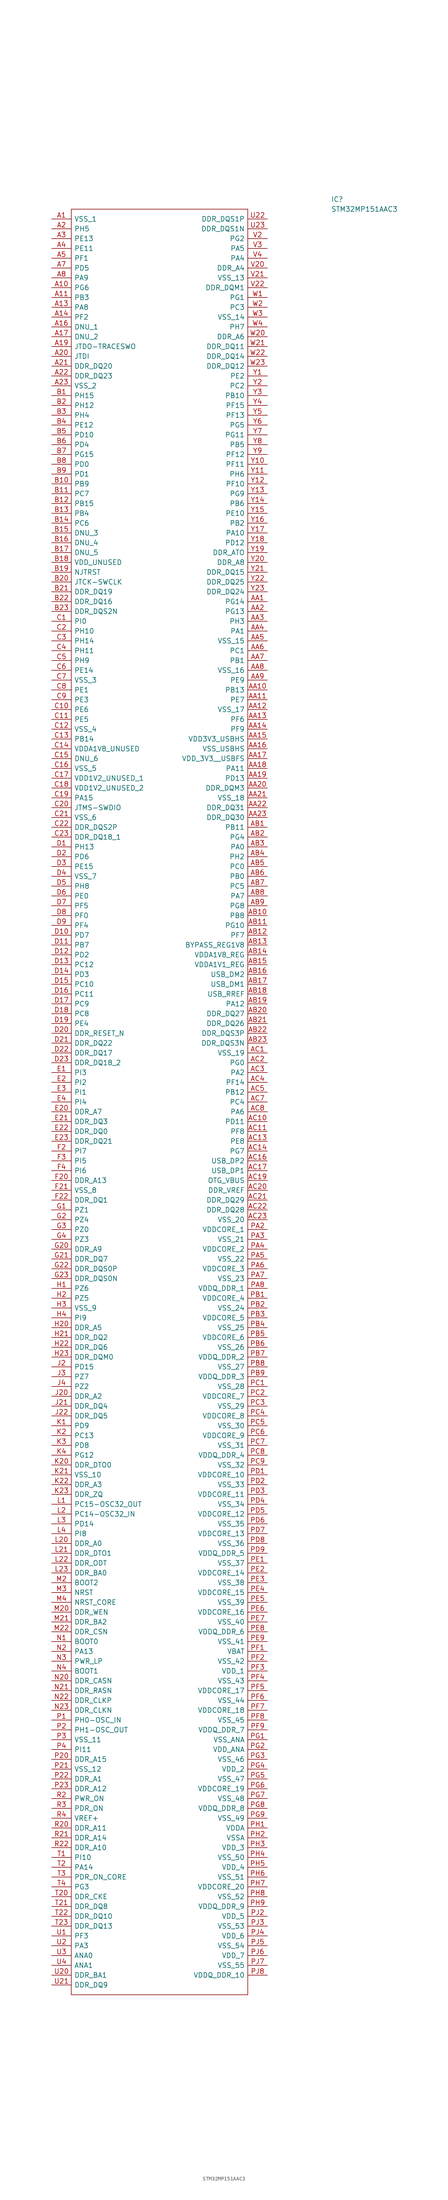
<source format=kicad_sym>
(kicad_symbol_lib
  (version 20211014)
  (generator kicad_symbol_editor)
  (symbol "STM32MP151AAC3"
    (pin_names
      (offset 0.762))
    (property "Reference" "IC"
      (at 72.39 5.08 0)
      (effects (font (size 1.27 1.27)) (justify left)))
    (property "Value" "STM32MP151AAC3"
      (at 72.39 2.54 0)
      (effects (font (size 1.27 1.27)) (justify left)))
    (symbol "STM32MP151AAC3_0_0"
      (pin passive line (at 0 0 0) (length 5.08) (name "VSS_1" (effects (font (size 1.27 1.27)))) (number "A1" (effects (font (size 1.27 1.27)))))
      (pin passive line (at 0 -17.78 0) (length 5.08) (name "PG6" (effects (font (size 1.27 1.27)))) (number "A10" (effects (font (size 1.27 1.27)))))
      (pin passive line (at 0 -20.32 0) (length 5.08) (name "PB3" (effects (font (size 1.27 1.27)))) (number "A11" (effects (font (size 1.27 1.27)))))
      (pin passive line (at 0 -22.86 0) (length 5.08) (name "PA8" (effects (font (size 1.27 1.27)))) (number "A13" (effects (font (size 1.27 1.27)))))
      (pin passive line (at 0 -25.4 0) (length 5.08) (name "PF2" (effects (font (size 1.27 1.27)))) (number "A14" (effects (font (size 1.27 1.27)))))
      (pin passive line (at 0 -27.94 0) (length 5.08) (name "DNU_1" (effects (font (size 1.27 1.27)))) (number "A16" (effects (font (size 1.27 1.27)))))
      (pin passive line (at 0 -30.48 0) (length 5.08) (name "DNU_2" (effects (font (size 1.27 1.27)))) (number "A17" (effects (font (size 1.27 1.27)))))
      (pin passive line (at 0 -33.02 0) (length 5.08) (name "JTDO-TRACESWO" (effects (font (size 1.27 1.27)))) (number "A19" (effects (font (size 1.27 1.27)))))
      (pin passive line (at 0 -2.54 0) (length 5.08) (name "PH5" (effects (font (size 1.27 1.27)))) (number "A2" (effects (font (size 1.27 1.27)))))
      (pin passive line (at 0 -35.56 0) (length 5.08) (name "JTDI" (effects (font (size 1.27 1.27)))) (number "A20" (effects (font (size 1.27 1.27)))))
      (pin passive line (at 0 -38.1 0) (length 5.08) (name "DDR_DQ20" (effects (font (size 1.27 1.27)))) (number "A21" (effects (font (size 1.27 1.27)))))
      (pin passive line (at 0 -40.64 0) (length 5.08) (name "DDR_DQ23" (effects (font (size 1.27 1.27)))) (number "A22" (effects (font (size 1.27 1.27)))))
      (pin passive line (at 0 -43.18 0) (length 5.08) (name "VSS_2" (effects (font (size 1.27 1.27)))) (number "A23" (effects (font (size 1.27 1.27)))))
      (pin passive line (at 0 -5.08 0) (length 5.08) (name "PE13" (effects (font (size 1.27 1.27)))) (number "A3" (effects (font (size 1.27 1.27)))))
      (pin passive line (at 0 -7.62 0) (length 5.08) (name "PE11" (effects (font (size 1.27 1.27)))) (number "A4" (effects (font (size 1.27 1.27)))))
      (pin passive line (at 0 -10.16 0) (length 5.08) (name "PF1" (effects (font (size 1.27 1.27)))) (number "A5" (effects (font (size 1.27 1.27)))))
      (pin passive line (at 0 -12.7 0) (length 5.08) (name "PD5" (effects (font (size 1.27 1.27)))) (number "A7" (effects (font (size 1.27 1.27)))))
      (pin passive line (at 0 -15.24 0) (length 5.08) (name "PA9" (effects (font (size 1.27 1.27)))) (number "A8" (effects (font (size 1.27 1.27)))))
      (pin passive line (at 55.88 -99.06 180) (length 5.08) (name "PG14" (effects (font (size 1.27 1.27)))) (number "AA1" (effects (font (size 1.27 1.27)))))
      (pin passive line (at 55.88 -121.92 180) (length 5.08) (name "PB13" (effects (font (size 1.27 1.27)))) (number "AA10" (effects (font (size 1.27 1.27)))))
      (pin passive line (at 55.88 -124.46 180) (length 5.08) (name "PE7" (effects (font (size 1.27 1.27)))) (number "AA11" (effects (font (size 1.27 1.27)))))
      (pin passive line (at 55.88 -127 180) (length 5.08) (name "VSS_17" (effects (font (size 1.27 1.27)))) (number "AA12" (effects (font (size 1.27 1.27)))))
      (pin passive line (at 55.88 -129.54 180) (length 5.08) (name "PF6" (effects (font (size 1.27 1.27)))) (number "AA13" (effects (font (size 1.27 1.27)))))
      (pin passive line (at 55.88 -132.08 180) (length 5.08) (name "PF9" (effects (font (size 1.27 1.27)))) (number "AA14" (effects (font (size 1.27 1.27)))))
      (pin passive line (at 55.88 -134.62 180) (length 5.08) (name "VDD3V3_USBHS" (effects (font (size 1.27 1.27)))) (number "AA15" (effects (font (size 1.27 1.27)))))
      (pin passive line (at 55.88 -137.16 180) (length 5.08) (name "VSS_USBHS" (effects (font (size 1.27 1.27)))) (number "AA16" (effects (font (size 1.27 1.27)))))
      (pin passive line (at 55.88 -139.7 180) (length 5.08) (name "VDD_3V3__USBFS" (effects (font (size 1.27 1.27)))) (number "AA17" (effects (font (size 1.27 1.27)))))
      (pin passive line (at 55.88 -142.24 180) (length 5.08) (name "PA11" (effects (font (size 1.27 1.27)))) (number "AA18" (effects (font (size 1.27 1.27)))))
      (pin passive line (at 55.88 -144.78 180) (length 5.08) (name "PD13" (effects (font (size 1.27 1.27)))) (number "AA19" (effects (font (size 1.27 1.27)))))
      (pin passive line (at 55.88 -101.6 180) (length 5.08) (name "PG13" (effects (font (size 1.27 1.27)))) (number "AA2" (effects (font (size 1.27 1.27)))))
      (pin passive line (at 55.88 -147.32 180) (length 5.08) (name "DDR_DQM3" (effects (font (size 1.27 1.27)))) (number "AA20" (effects (font (size 1.27 1.27)))))
      (pin passive line (at 55.88 -149.86 180) (length 5.08) (name "VSS_18" (effects (font (size 1.27 1.27)))) (number "AA21" (effects (font (size 1.27 1.27)))))
      (pin passive line (at 55.88 -152.4 180) (length 5.08) (name "DDR_DQ31" (effects (font (size 1.27 1.27)))) (number "AA22" (effects (font (size 1.27 1.27)))))
      (pin passive line (at 55.88 -154.94 180) (length 5.08) (name "DDR_DQ30" (effects (font (size 1.27 1.27)))) (number "AA23" (effects (font (size 1.27 1.27)))))
      (pin passive line (at 55.88 -104.14 180) (length 5.08) (name "PH3" (effects (font (size 1.27 1.27)))) (number "AA3" (effects (font (size 1.27 1.27)))))
      (pin passive line (at 55.88 -106.68 180) (length 5.08) (name "PA1" (effects (font (size 1.27 1.27)))) (number "AA4" (effects (font (size 1.27 1.27)))))
      (pin passive line (at 55.88 -109.22 180) (length 5.08) (name "VSS_15" (effects (font (size 1.27 1.27)))) (number "AA5" (effects (font (size 1.27 1.27)))))
      (pin passive line (at 55.88 -111.76 180) (length 5.08) (name "PC1" (effects (font (size 1.27 1.27)))) (number "AA6" (effects (font (size 1.27 1.27)))))
      (pin passive line (at 55.88 -114.3 180) (length 5.08) (name "PB1" (effects (font (size 1.27 1.27)))) (number "AA7" (effects (font (size 1.27 1.27)))))
      (pin passive line (at 55.88 -116.84 180) (length 5.08) (name "VSS_16" (effects (font (size 1.27 1.27)))) (number "AA8" (effects (font (size 1.27 1.27)))))
      (pin passive line (at 55.88 -119.38 180) (length 5.08) (name "PE9" (effects (font (size 1.27 1.27)))) (number "AA9" (effects (font (size 1.27 1.27)))))
      (pin passive line (at 55.88 -157.48 180) (length 5.08) (name "PB11" (effects (font (size 1.27 1.27)))) (number "AB1" (effects (font (size 1.27 1.27)))))
      (pin passive line (at 55.88 -180.34 180) (length 5.08) (name "PB8" (effects (font (size 1.27 1.27)))) (number "AB10" (effects (font (size 1.27 1.27)))))
      (pin passive line (at 55.88 -182.88 180) (length 5.08) (name "PG10" (effects (font (size 1.27 1.27)))) (number "AB11" (effects (font (size 1.27 1.27)))))
      (pin passive line (at 55.88 -185.42 180) (length 5.08) (name "PF7" (effects (font (size 1.27 1.27)))) (number "AB12" (effects (font (size 1.27 1.27)))))
      (pin passive line (at 55.88 -187.96 180) (length 5.08) (name "BYPASS_REG1V8" (effects (font (size 1.27 1.27)))) (number "AB13" (effects (font (size 1.27 1.27)))))
      (pin passive line (at 55.88 -190.5 180) (length 5.08) (name "VDDA1V8_REG" (effects (font (size 1.27 1.27)))) (number "AB14" (effects (font (size 1.27 1.27)))))
      (pin passive line (at 55.88 -193.04 180) (length 5.08) (name "VDDA1V1_REG" (effects (font (size 1.27 1.27)))) (number "AB15" (effects (font (size 1.27 1.27)))))
      (pin passive line (at 55.88 -195.58 180) (length 5.08) (name "USB_DM2" (effects (font (size 1.27 1.27)))) (number "AB16" (effects (font (size 1.27 1.27)))))
      (pin passive line (at 55.88 -198.12 180) (length 5.08) (name "USB_DM1" (effects (font (size 1.27 1.27)))) (number "AB17" (effects (font (size 1.27 1.27)))))
      (pin passive line (at 55.88 -200.66 180) (length 5.08) (name "USB_RREF" (effects (font (size 1.27 1.27)))) (number "AB18" (effects (font (size 1.27 1.27)))))
      (pin passive line (at 55.88 -203.2 180) (length 5.08) (name "PA12" (effects (font (size 1.27 1.27)))) (number "AB19" (effects (font (size 1.27 1.27)))))
      (pin passive line (at 55.88 -160.02 180) (length 5.08) (name "PG4" (effects (font (size 1.27 1.27)))) (number "AB2" (effects (font (size 1.27 1.27)))))
      (pin passive line (at 55.88 -205.74 180) (length 5.08) (name "DDR_DQ27" (effects (font (size 1.27 1.27)))) (number "AB20" (effects (font (size 1.27 1.27)))))
      (pin passive line (at 55.88 -208.28 180) (length 5.08) (name "DDR_DQ26" (effects (font (size 1.27 1.27)))) (number "AB21" (effects (font (size 1.27 1.27)))))
      (pin passive line (at 55.88 -210.82 180) (length 5.08) (name "DDR_DQS3P" (effects (font (size 1.27 1.27)))) (number "AB22" (effects (font (size 1.27 1.27)))))
      (pin passive line (at 55.88 -213.36 180) (length 5.08) (name "DDR_DQS3N" (effects (font (size 1.27 1.27)))) (number "AB23" (effects (font (size 1.27 1.27)))))
      (pin passive line (at 55.88 -162.56 180) (length 5.08) (name "PA0" (effects (font (size 1.27 1.27)))) (number "AB3" (effects (font (size 1.27 1.27)))))
      (pin passive line (at 55.88 -165.1 180) (length 5.08) (name "PH2" (effects (font (size 1.27 1.27)))) (number "AB4" (effects (font (size 1.27 1.27)))))
      (pin passive line (at 55.88 -167.64 180) (length 5.08) (name "PC0" (effects (font (size 1.27 1.27)))) (number "AB5" (effects (font (size 1.27 1.27)))))
      (pin passive line (at 55.88 -170.18 180) (length 5.08) (name "PB0" (effects (font (size 1.27 1.27)))) (number "AB6" (effects (font (size 1.27 1.27)))))
      (pin passive line (at 55.88 -172.72 180) (length 5.08) (name "PC5" (effects (font (size 1.27 1.27)))) (number "AB7" (effects (font (size 1.27 1.27)))))
      (pin passive line (at 55.88 -175.26 180) (length 5.08) (name "PA7" (effects (font (size 1.27 1.27)))) (number "AB8" (effects (font (size 1.27 1.27)))))
      (pin passive line (at 55.88 -177.8 180) (length 5.08) (name "PG8" (effects (font (size 1.27 1.27)))) (number "AB9" (effects (font (size 1.27 1.27)))))
      (pin passive line (at 55.88 -215.9 180) (length 5.08) (name "VSS_19" (effects (font (size 1.27 1.27)))) (number "AC1" (effects (font (size 1.27 1.27)))))
      (pin passive line (at 55.88 -233.68 180) (length 5.08) (name "PD11" (effects (font (size 1.27 1.27)))) (number "AC10" (effects (font (size 1.27 1.27)))))
      (pin passive line (at 55.88 -236.22 180) (length 5.08) (name "PF8" (effects (font (size 1.27 1.27)))) (number "AC11" (effects (font (size 1.27 1.27)))))
      (pin passive line (at 55.88 -238.76 180) (length 5.08) (name "PE8" (effects (font (size 1.27 1.27)))) (number "AC13" (effects (font (size 1.27 1.27)))))
      (pin passive line (at 55.88 -241.3 180) (length 5.08) (name "PG7" (effects (font (size 1.27 1.27)))) (number "AC14" (effects (font (size 1.27 1.27)))))
      (pin passive line (at 55.88 -243.84 180) (length 5.08) (name "USB_DP2" (effects (font (size 1.27 1.27)))) (number "AC16" (effects (font (size 1.27 1.27)))))
      (pin passive line (at 55.88 -246.38 180) (length 5.08) (name "USB_DP1" (effects (font (size 1.27 1.27)))) (number "AC17" (effects (font (size 1.27 1.27)))))
      (pin passive line (at 55.88 -248.92 180) (length 5.08) (name "OTG_VBUS" (effects (font (size 1.27 1.27)))) (number "AC19" (effects (font (size 1.27 1.27)))))
      (pin passive line (at 55.88 -218.44 180) (length 5.08) (name "PG0" (effects (font (size 1.27 1.27)))) (number "AC2" (effects (font (size 1.27 1.27)))))
      (pin passive line (at 55.88 -251.46 180) (length 5.08) (name "DDR_VREF" (effects (font (size 1.27 1.27)))) (number "AC20" (effects (font (size 1.27 1.27)))))
      (pin passive line (at 55.88 -254 180) (length 5.08) (name "DDR_DQ29" (effects (font (size 1.27 1.27)))) (number "AC21" (effects (font (size 1.27 1.27)))))
      (pin passive line (at 55.88 -256.54 180) (length 5.08) (name "DDR_DQ28" (effects (font (size 1.27 1.27)))) (number "AC22" (effects (font (size 1.27 1.27)))))
      (pin passive line (at 55.88 -259.08 180) (length 5.08) (name "VSS_20" (effects (font (size 1.27 1.27)))) (number "AC23" (effects (font (size 1.27 1.27)))))
      (pin passive line (at 55.88 -220.98 180) (length 5.08) (name "PA2" (effects (font (size 1.27 1.27)))) (number "AC3" (effects (font (size 1.27 1.27)))))
      (pin passive line (at 55.88 -223.52 180) (length 5.08) (name "PF14" (effects (font (size 1.27 1.27)))) (number "AC4" (effects (font (size 1.27 1.27)))))
      (pin passive line (at 55.88 -226.06 180) (length 5.08) (name "PB12" (effects (font (size 1.27 1.27)))) (number "AC5" (effects (font (size 1.27 1.27)))))
      (pin passive line (at 55.88 -228.6 180) (length 5.08) (name "PC4" (effects (font (size 1.27 1.27)))) (number "AC7" (effects (font (size 1.27 1.27)))))
      (pin passive line (at 55.88 -231.14 180) (length 5.08) (name "PA6" (effects (font (size 1.27 1.27)))) (number "AC8" (effects (font (size 1.27 1.27)))))
      (pin passive line (at 0 -45.72 0) (length 5.08) (name "PH15" (effects (font (size 1.27 1.27)))) (number "B1" (effects (font (size 1.27 1.27)))))
      (pin passive line (at 0 -68.58 0) (length 5.08) (name "PB9" (effects (font (size 1.27 1.27)))) (number "B10" (effects (font (size 1.27 1.27)))))
      (pin passive line (at 0 -71.12 0) (length 5.08) (name "PC7" (effects (font (size 1.27 1.27)))) (number "B11" (effects (font (size 1.27 1.27)))))
      (pin passive line (at 0 -73.66 0) (length 5.08) (name "PB15" (effects (font (size 1.27 1.27)))) (number "B12" (effects (font (size 1.27 1.27)))))
      (pin passive line (at 0 -76.2 0) (length 5.08) (name "PB4" (effects (font (size 1.27 1.27)))) (number "B13" (effects (font (size 1.27 1.27)))))
      (pin passive line (at 0 -78.74 0) (length 5.08) (name "PC6" (effects (font (size 1.27 1.27)))) (number "B14" (effects (font (size 1.27 1.27)))))
      (pin passive line (at 0 -81.28 0) (length 5.08) (name "DNU_3" (effects (font (size 1.27 1.27)))) (number "B15" (effects (font (size 1.27 1.27)))))
      (pin passive line (at 0 -83.82 0) (length 5.08) (name "DNU_4" (effects (font (size 1.27 1.27)))) (number "B16" (effects (font (size 1.27 1.27)))))
      (pin passive line (at 0 -86.36 0) (length 5.08) (name "DNU_5" (effects (font (size 1.27 1.27)))) (number "B17" (effects (font (size 1.27 1.27)))))
      (pin passive line (at 0 -88.9 0) (length 5.08) (name "VDD_UNUSED" (effects (font (size 1.27 1.27)))) (number "B18" (effects (font (size 1.27 1.27)))))
      (pin passive line (at 0 -91.44 0) (length 5.08) (name "NJTRST" (effects (font (size 1.27 1.27)))) (number "B19" (effects (font (size 1.27 1.27)))))
      (pin passive line (at 0 -48.26 0) (length 5.08) (name "PH12" (effects (font (size 1.27 1.27)))) (number "B2" (effects (font (size 1.27 1.27)))))
      (pin passive line (at 0 -93.98 0) (length 5.08) (name "JTCK-SWCLK" (effects (font (size 1.27 1.27)))) (number "B20" (effects (font (size 1.27 1.27)))))
      (pin passive line (at 0 -96.52 0) (length 5.08) (name "DDR_DQ19" (effects (font (size 1.27 1.27)))) (number "B21" (effects (font (size 1.27 1.27)))))
      (pin passive line (at 0 -99.06 0) (length 5.08) (name "DDR_DQ16" (effects (font (size 1.27 1.27)))) (number "B22" (effects (font (size 1.27 1.27)))))
      (pin passive line (at 0 -101.6 0) (length 5.08) (name "DDR_DQS2N" (effects (font (size 1.27 1.27)))) (number "B23" (effects (font (size 1.27 1.27)))))
      (pin passive line (at 0 -50.8 0) (length 5.08) (name "PH4" (effects (font (size 1.27 1.27)))) (number "B3" (effects (font (size 1.27 1.27)))))
      (pin passive line (at 0 -53.34 0) (length 5.08) (name "PE12" (effects (font (size 1.27 1.27)))) (number "B4" (effects (font (size 1.27 1.27)))))
      (pin passive line (at 0 -55.88 0) (length 5.08) (name "PD10" (effects (font (size 1.27 1.27)))) (number "B5" (effects (font (size 1.27 1.27)))))
      (pin passive line (at 0 -58.42 0) (length 5.08) (name "PD4" (effects (font (size 1.27 1.27)))) (number "B6" (effects (font (size 1.27 1.27)))))
      (pin passive line (at 0 -60.96 0) (length 5.08) (name "PG15" (effects (font (size 1.27 1.27)))) (number "B7" (effects (font (size 1.27 1.27)))))
      (pin passive line (at 0 -63.5 0) (length 5.08) (name "PD0" (effects (font (size 1.27 1.27)))) (number "B8" (effects (font (size 1.27 1.27)))))
      (pin passive line (at 0 -66.04 0) (length 5.08) (name "PD1" (effects (font (size 1.27 1.27)))) (number "B9" (effects (font (size 1.27 1.27)))))
      (pin passive line (at 0 -104.14 0) (length 5.08) (name "PI0" (effects (font (size 1.27 1.27)))) (number "C1" (effects (font (size 1.27 1.27)))))
      (pin passive line (at 0 -127 0) (length 5.08) (name "PE6" (effects (font (size 1.27 1.27)))) (number "C10" (effects (font (size 1.27 1.27)))))
      (pin passive line (at 0 -129.54 0) (length 5.08) (name "PE5" (effects (font (size 1.27 1.27)))) (number "C11" (effects (font (size 1.27 1.27)))))
      (pin passive line (at 0 -132.08 0) (length 5.08) (name "VSS_4" (effects (font (size 1.27 1.27)))) (number "C12" (effects (font (size 1.27 1.27)))))
      (pin passive line (at 0 -134.62 0) (length 5.08) (name "PB14" (effects (font (size 1.27 1.27)))) (number "C13" (effects (font (size 1.27 1.27)))))
      (pin passive line (at 0 -137.16 0) (length 5.08) (name "VDDA1V8_UNUSED" (effects (font (size 1.27 1.27)))) (number "C14" (effects (font (size 1.27 1.27)))))
      (pin passive line (at 0 -139.7 0) (length 5.08) (name "DNU_6" (effects (font (size 1.27 1.27)))) (number "C15" (effects (font (size 1.27 1.27)))))
      (pin passive line (at 0 -142.24 0) (length 5.08) (name "VSS_5" (effects (font (size 1.27 1.27)))) (number "C16" (effects (font (size 1.27 1.27)))))
      (pin passive line (at 0 -144.78 0) (length 5.08) (name "VDD1V2_UNUSED_1" (effects (font (size 1.27 1.27)))) (number "C17" (effects (font (size 1.27 1.27)))))
      (pin passive line (at 0 -147.32 0) (length 5.08) (name "VDD1V2_UNUSED_2" (effects (font (size 1.27 1.27)))) (number "C18" (effects (font (size 1.27 1.27)))))
      (pin passive line (at 0 -149.86 0) (length 5.08) (name "PA15" (effects (font (size 1.27 1.27)))) (number "C19" (effects (font (size 1.27 1.27)))))
      (pin passive line (at 0 -106.68 0) (length 5.08) (name "PH10" (effects (font (size 1.27 1.27)))) (number "C2" (effects (font (size 1.27 1.27)))))
      (pin passive line (at 0 -152.4 0) (length 5.08) (name "JTMS-SWDIO" (effects (font (size 1.27 1.27)))) (number "C20" (effects (font (size 1.27 1.27)))))
      (pin passive line (at 0 -154.94 0) (length 5.08) (name "VSS_6" (effects (font (size 1.27 1.27)))) (number "C21" (effects (font (size 1.27 1.27)))))
      (pin passive line (at 0 -157.48 0) (length 5.08) (name "DDR_DQS2P" (effects (font (size 1.27 1.27)))) (number "C22" (effects (font (size 1.27 1.27)))))
      (pin passive line (at 0 -160.02 0) (length 5.08) (name "DDR_DQ18_1" (effects (font (size 1.27 1.27)))) (number "C23" (effects (font (size 1.27 1.27)))))
      (pin passive line (at 0 -109.22 0) (length 5.08) (name "PH14" (effects (font (size 1.27 1.27)))) (number "C3" (effects (font (size 1.27 1.27)))))
      (pin passive line (at 0 -111.76 0) (length 5.08) (name "PH11" (effects (font (size 1.27 1.27)))) (number "C4" (effects (font (size 1.27 1.27)))))
      (pin passive line (at 0 -114.3 0) (length 5.08) (name "PH9" (effects (font (size 1.27 1.27)))) (number "C5" (effects (font (size 1.27 1.27)))))
      (pin passive line (at 0 -116.84 0) (length 5.08) (name "PE14" (effects (font (size 1.27 1.27)))) (number "C6" (effects (font (size 1.27 1.27)))))
      (pin passive line (at 0 -119.38 0) (length 5.08) (name "VSS_3" (effects (font (size 1.27 1.27)))) (number "C7" (effects (font (size 1.27 1.27)))))
      (pin passive line (at 0 -121.92 0) (length 5.08) (name "PE1" (effects (font (size 1.27 1.27)))) (number "C8" (effects (font (size 1.27 1.27)))))
      (pin passive line (at 0 -124.46 0) (length 5.08) (name "PE3" (effects (font (size 1.27 1.27)))) (number "C9" (effects (font (size 1.27 1.27)))))
      (pin passive line (at 0 -162.56 0) (length 5.08) (name "PH13" (effects (font (size 1.27 1.27)))) (number "D1" (effects (font (size 1.27 1.27)))))
      (pin passive line (at 0 -185.42 0) (length 5.08) (name "PD7" (effects (font (size 1.27 1.27)))) (number "D10" (effects (font (size 1.27 1.27)))))
      (pin passive line (at 0 -187.96 0) (length 5.08) (name "PB7" (effects (font (size 1.27 1.27)))) (number "D11" (effects (font (size 1.27 1.27)))))
      (pin passive line (at 0 -190.5 0) (length 5.08) (name "PD2" (effects (font (size 1.27 1.27)))) (number "D12" (effects (font (size 1.27 1.27)))))
      (pin passive line (at 0 -193.04 0) (length 5.08) (name "PC12" (effects (font (size 1.27 1.27)))) (number "D13" (effects (font (size 1.27 1.27)))))
      (pin passive line (at 0 -195.58 0) (length 5.08) (name "PD3" (effects (font (size 1.27 1.27)))) (number "D14" (effects (font (size 1.27 1.27)))))
      (pin passive line (at 0 -198.12 0) (length 5.08) (name "PC10" (effects (font (size 1.27 1.27)))) (number "D15" (effects (font (size 1.27 1.27)))))
      (pin passive line (at 0 -200.66 0) (length 5.08) (name "PC11" (effects (font (size 1.27 1.27)))) (number "D16" (effects (font (size 1.27 1.27)))))
      (pin passive line (at 0 -203.2 0) (length 5.08) (name "PC9" (effects (font (size 1.27 1.27)))) (number "D17" (effects (font (size 1.27 1.27)))))
      (pin passive line (at 0 -205.74 0) (length 5.08) (name "PC8" (effects (font (size 1.27 1.27)))) (number "D18" (effects (font (size 1.27 1.27)))))
      (pin passive line (at 0 -208.28 0) (length 5.08) (name "PE4" (effects (font (size 1.27 1.27)))) (number "D19" (effects (font (size 1.27 1.27)))))
      (pin passive line (at 0 -165.1 0) (length 5.08) (name "PD6" (effects (font (size 1.27 1.27)))) (number "D2" (effects (font (size 1.27 1.27)))))
      (pin passive line (at 0 -210.82 0) (length 5.08) (name "DDR_RESET_N" (effects (font (size 1.27 1.27)))) (number "D20" (effects (font (size 1.27 1.27)))))
      (pin passive line (at 0 -213.36 0) (length 5.08) (name "DDR_DQ22" (effects (font (size 1.27 1.27)))) (number "D21" (effects (font (size 1.27 1.27)))))
      (pin passive line (at 0 -215.9 0) (length 5.08) (name "DDR_DQ17" (effects (font (size 1.27 1.27)))) (number "D22" (effects (font (size 1.27 1.27)))))
      (pin passive line (at 0 -218.44 0) (length 5.08) (name "DDR_DQ18_2" (effects (font (size 1.27 1.27)))) (number "D23" (effects (font (size 1.27 1.27)))))
      (pin passive line (at 0 -167.64 0) (length 5.08) (name "PE15" (effects (font (size 1.27 1.27)))) (number "D3" (effects (font (size 1.27 1.27)))))
      (pin passive line (at 0 -170.18 0) (length 5.08) (name "VSS_7" (effects (font (size 1.27 1.27)))) (number "D4" (effects (font (size 1.27 1.27)))))
      (pin passive line (at 0 -172.72 0) (length 5.08) (name "PH8" (effects (font (size 1.27 1.27)))) (number "D5" (effects (font (size 1.27 1.27)))))
      (pin passive line (at 0 -175.26 0) (length 5.08) (name "PE0" (effects (font (size 1.27 1.27)))) (number "D6" (effects (font (size 1.27 1.27)))))
      (pin passive line (at 0 -177.8 0) (length 5.08) (name "PF5" (effects (font (size 1.27 1.27)))) (number "D7" (effects (font (size 1.27 1.27)))))
      (pin passive line (at 0 -180.34 0) (length 5.08) (name "PF0" (effects (font (size 1.27 1.27)))) (number "D8" (effects (font (size 1.27 1.27)))))
      (pin passive line (at 0 -182.88 0) (length 5.08) (name "PF4" (effects (font (size 1.27 1.27)))) (number "D9" (effects (font (size 1.27 1.27)))))
      (pin passive line (at 0 -220.98 0) (length 5.08) (name "PI3" (effects (font (size 1.27 1.27)))) (number "E1" (effects (font (size 1.27 1.27)))))
      (pin passive line (at 0 -223.52 0) (length 5.08) (name "PI2" (effects (font (size 1.27 1.27)))) (number "E2" (effects (font (size 1.27 1.27)))))
      (pin passive line (at 0 -231.14 0) (length 5.08) (name "DDR_A7" (effects (font (size 1.27 1.27)))) (number "E20" (effects (font (size 1.27 1.27)))))
      (pin passive line (at 0 -233.68 0) (length 5.08) (name "DDR_DQ3" (effects (font (size 1.27 1.27)))) (number "E21" (effects (font (size 1.27 1.27)))))
      (pin passive line (at 0 -236.22 0) (length 5.08) (name "DDR_DQ0" (effects (font (size 1.27 1.27)))) (number "E22" (effects (font (size 1.27 1.27)))))
      (pin passive line (at 0 -238.76 0) (length 5.08) (name "DDR_DQ21" (effects (font (size 1.27 1.27)))) (number "E23" (effects (font (size 1.27 1.27)))))
      (pin passive line (at 0 -226.06 0) (length 5.08) (name "PI1" (effects (font (size 1.27 1.27)))) (number "E3" (effects (font (size 1.27 1.27)))))
      (pin passive line (at 0 -228.6 0) (length 5.08) (name "PI4" (effects (font (size 1.27 1.27)))) (number "E4" (effects (font (size 1.27 1.27)))))
      (pin passive line (at 0 -241.3 0) (length 5.08) (name "PI7" (effects (font (size 1.27 1.27)))) (number "F2" (effects (font (size 1.27 1.27)))))
      (pin passive line (at 0 -248.92 0) (length 5.08) (name "DDR_A13" (effects (font (size 1.27 1.27)))) (number "F20" (effects (font (size 1.27 1.27)))))
      (pin passive line (at 0 -251.46 0) (length 5.08) (name "VSS_8" (effects (font (size 1.27 1.27)))) (number "F21" (effects (font (size 1.27 1.27)))))
      (pin passive line (at 0 -254 0) (length 5.08) (name "DDR_DQ1" (effects (font (size 1.27 1.27)))) (number "F22" (effects (font (size 1.27 1.27)))))
      (pin passive line (at 0 -243.84 0) (length 5.08) (name "PI5" (effects (font (size 1.27 1.27)))) (number "F3" (effects (font (size 1.27 1.27)))))
      (pin passive line (at 0 -246.38 0) (length 5.08) (name "PI6" (effects (font (size 1.27 1.27)))) (number "F4" (effects (font (size 1.27 1.27)))))
      (pin passive line (at 0 -256.54 0) (length 5.08) (name "PZ1" (effects (font (size 1.27 1.27)))) (number "G1" (effects (font (size 1.27 1.27)))))
      (pin passive line (at 0 -259.08 0) (length 5.08) (name "PZ4" (effects (font (size 1.27 1.27)))) (number "G2" (effects (font (size 1.27 1.27)))))
      (pin passive line (at 0 -266.7 0) (length 5.08) (name "DDR_A9" (effects (font (size 1.27 1.27)))) (number "G20" (effects (font (size 1.27 1.27)))))
      (pin passive line (at 0 -269.24 0) (length 5.08) (name "DDR_DQ7" (effects (font (size 1.27 1.27)))) (number "G21" (effects (font (size 1.27 1.27)))))
      (pin passive line (at 0 -271.78 0) (length 5.08) (name "DDR_DQS0P" (effects (font (size 1.27 1.27)))) (number "G22" (effects (font (size 1.27 1.27)))))
      (pin passive line (at 0 -274.32 0) (length 5.08) (name "DDR_DQS0N" (effects (font (size 1.27 1.27)))) (number "G23" (effects (font (size 1.27 1.27)))))
      (pin passive line (at 0 -261.62 0) (length 5.08) (name "PZ0" (effects (font (size 1.27 1.27)))) (number "G3" (effects (font (size 1.27 1.27)))))
      (pin passive line (at 0 -264.16 0) (length 5.08) (name "PZ3" (effects (font (size 1.27 1.27)))) (number "G4" (effects (font (size 1.27 1.27)))))
      (pin passive line (at 0 -276.86 0) (length 5.08) (name "PZ6" (effects (font (size 1.27 1.27)))) (number "H1" (effects (font (size 1.27 1.27)))))
      (pin passive line (at 0 -279.4 0) (length 5.08) (name "PZ5" (effects (font (size 1.27 1.27)))) (number "H2" (effects (font (size 1.27 1.27)))))
      (pin passive line (at 0 -287.02 0) (length 5.08) (name "DDR_A5" (effects (font (size 1.27 1.27)))) (number "H20" (effects (font (size 1.27 1.27)))))
      (pin passive line (at 0 -289.56 0) (length 5.08) (name "DDR_DQ2" (effects (font (size 1.27 1.27)))) (number "H21" (effects (font (size 1.27 1.27)))))
      (pin passive line (at 0 -292.1 0) (length 5.08) (name "DDR_DQ6" (effects (font (size 1.27 1.27)))) (number "H22" (effects (font (size 1.27 1.27)))))
      (pin passive line (at 0 -294.64 0) (length 5.08) (name "DDR_DQM0" (effects (font (size 1.27 1.27)))) (number "H23" (effects (font (size 1.27 1.27)))))
      (pin passive line (at 0 -281.94 0) (length 5.08) (name "VSS_9" (effects (font (size 1.27 1.27)))) (number "H3" (effects (font (size 1.27 1.27)))))
      (pin passive line (at 0 -284.48 0) (length 5.08) (name "PI9" (effects (font (size 1.27 1.27)))) (number "H4" (effects (font (size 1.27 1.27)))))
      (pin passive line (at 0 -297.18 0) (length 5.08) (name "PD15" (effects (font (size 1.27 1.27)))) (number "J2" (effects (font (size 1.27 1.27)))))
      (pin passive line (at 0 -304.8 0) (length 5.08) (name "DDR_A2" (effects (font (size 1.27 1.27)))) (number "J20" (effects (font (size 1.27 1.27)))))
      (pin passive line (at 0 -307.34 0) (length 5.08) (name "DDR_DQ4" (effects (font (size 1.27 1.27)))) (number "J21" (effects (font (size 1.27 1.27)))))
      (pin passive line (at 0 -309.88 0) (length 5.08) (name "DDR_DQ5" (effects (font (size 1.27 1.27)))) (number "J22" (effects (font (size 1.27 1.27)))))
      (pin passive line (at 0 -299.72 0) (length 5.08) (name "PZ7" (effects (font (size 1.27 1.27)))) (number "J3" (effects (font (size 1.27 1.27)))))
      (pin passive line (at 0 -302.26 0) (length 5.08) (name "PZ2" (effects (font (size 1.27 1.27)))) (number "J4" (effects (font (size 1.27 1.27)))))
      (pin passive line (at 0 -312.42 0) (length 5.08) (name "PD9" (effects (font (size 1.27 1.27)))) (number "K1" (effects (font (size 1.27 1.27)))))
      (pin passive line (at 0 -314.96 0) (length 5.08) (name "PC13" (effects (font (size 1.27 1.27)))) (number "K2" (effects (font (size 1.27 1.27)))))
      (pin passive line (at 0 -322.58 0) (length 5.08) (name "DDR_DTO0" (effects (font (size 1.27 1.27)))) (number "K20" (effects (font (size 1.27 1.27)))))
      (pin passive line (at 0 -325.12 0) (length 5.08) (name "VSS_10" (effects (font (size 1.27 1.27)))) (number "K21" (effects (font (size 1.27 1.27)))))
      (pin passive line (at 0 -327.66 0) (length 5.08) (name "DDR_A3" (effects (font (size 1.27 1.27)))) (number "K22" (effects (font (size 1.27 1.27)))))
      (pin passive line (at 0 -330.2 0) (length 5.08) (name "DDR_ZQ" (effects (font (size 1.27 1.27)))) (number "K23" (effects (font (size 1.27 1.27)))))
      (pin passive line (at 0 -317.5 0) (length 5.08) (name "PD8" (effects (font (size 1.27 1.27)))) (number "K3" (effects (font (size 1.27 1.27)))))
      (pin passive line (at 0 -320.04 0) (length 5.08) (name "PG12" (effects (font (size 1.27 1.27)))) (number "K4" (effects (font (size 1.27 1.27)))))
      (pin passive line (at 0 -332.74 0) (length 5.08) (name "PC15-OSC32_OUT" (effects (font (size 1.27 1.27)))) (number "L1" (effects (font (size 1.27 1.27)))))
      (pin passive line (at 0 -335.28 0) (length 5.08) (name "PC14-OSC32_IN" (effects (font (size 1.27 1.27)))) (number "L2" (effects (font (size 1.27 1.27)))))
      (pin passive line (at 0 -342.9 0) (length 5.08) (name "DDR_A0" (effects (font (size 1.27 1.27)))) (number "L20" (effects (font (size 1.27 1.27)))))
      (pin passive line (at 0 -345.44 0) (length 5.08) (name "DDR_DTO1" (effects (font (size 1.27 1.27)))) (number "L21" (effects (font (size 1.27 1.27)))))
      (pin passive line (at 0 -347.98 0) (length 5.08) (name "DDR_ODT" (effects (font (size 1.27 1.27)))) (number "L22" (effects (font (size 1.27 1.27)))))
      (pin passive line (at 0 -350.52 0) (length 5.08) (name "DDR_BA0" (effects (font (size 1.27 1.27)))) (number "L23" (effects (font (size 1.27 1.27)))))
      (pin passive line (at 0 -337.82 0) (length 5.08) (name "PD14" (effects (font (size 1.27 1.27)))) (number "L3" (effects (font (size 1.27 1.27)))))
      (pin passive line (at 0 -340.36 0) (length 5.08) (name "PI8" (effects (font (size 1.27 1.27)))) (number "L4" (effects (font (size 1.27 1.27)))))
      (pin passive line (at 0 -353.06 0) (length 5.08) (name "BOOT2" (effects (font (size 1.27 1.27)))) (number "M2" (effects (font (size 1.27 1.27)))))
      (pin passive line (at 0 -360.68 0) (length 5.08) (name "DDR_WEN" (effects (font (size 1.27 1.27)))) (number "M20" (effects (font (size 1.27 1.27)))))
      (pin passive line (at 0 -363.22 0) (length 5.08) (name "DDR_BA2" (effects (font (size 1.27 1.27)))) (number "M21" (effects (font (size 1.27 1.27)))))
      (pin passive line (at 0 -365.76 0) (length 5.08) (name "DDR_CSN" (effects (font (size 1.27 1.27)))) (number "M22" (effects (font (size 1.27 1.27)))))
      (pin passive line (at 0 -355.6 0) (length 5.08) (name "NRST" (effects (font (size 1.27 1.27)))) (number "M3" (effects (font (size 1.27 1.27)))))
      (pin passive line (at 0 -358.14 0) (length 5.08) (name "NRST_CORE" (effects (font (size 1.27 1.27)))) (number "M4" (effects (font (size 1.27 1.27)))))
      (pin passive line (at 0 -368.3 0) (length 5.08) (name "BOOT0" (effects (font (size 1.27 1.27)))) (number "N1" (effects (font (size 1.27 1.27)))))
      (pin passive line (at 0 -370.84 0) (length 5.08) (name "PA13" (effects (font (size 1.27 1.27)))) (number "N2" (effects (font (size 1.27 1.27)))))
      (pin passive line (at 0 -378.46 0) (length 5.08) (name "DDR_CASN" (effects (font (size 1.27 1.27)))) (number "N20" (effects (font (size 1.27 1.27)))))
      (pin passive line (at 0 -381 0) (length 5.08) (name "DDR_RASN" (effects (font (size 1.27 1.27)))) (number "N21" (effects (font (size 1.27 1.27)))))
      (pin passive line (at 0 -383.54 0) (length 5.08) (name "DDR_CLKP" (effects (font (size 1.27 1.27)))) (number "N22" (effects (font (size 1.27 1.27)))))
      (pin passive line (at 0 -386.08 0) (length 5.08) (name "DDR_CLKN" (effects (font (size 1.27 1.27)))) (number "N23" (effects (font (size 1.27 1.27)))))
      (pin passive line (at 0 -373.38 0) (length 5.08) (name "PWR_LP" (effects (font (size 1.27 1.27)))) (number "N3" (effects (font (size 1.27 1.27)))))
      (pin passive line (at 0 -375.92 0) (length 5.08) (name "BOOT1" (effects (font (size 1.27 1.27)))) (number "N4" (effects (font (size 1.27 1.27)))))
      (pin passive line (at 0 -388.62 0) (length 5.08) (name "PH0-OSC_IN" (effects (font (size 1.27 1.27)))) (number "P1" (effects (font (size 1.27 1.27)))))
      (pin passive line (at 0 -391.16 0) (length 5.08) (name "PH1-OSC_OUT" (effects (font (size 1.27 1.27)))) (number "P2" (effects (font (size 1.27 1.27)))))
      (pin passive line (at 0 -398.78 0) (length 5.08) (name "DDR_A15" (effects (font (size 1.27 1.27)))) (number "P20" (effects (font (size 1.27 1.27)))))
      (pin passive line (at 0 -401.32 0) (length 5.08) (name "VSS_12" (effects (font (size 1.27 1.27)))) (number "P21" (effects (font (size 1.27 1.27)))))
      (pin passive line (at 0 -403.86 0) (length 5.08) (name "DDR_A1" (effects (font (size 1.27 1.27)))) (number "P22" (effects (font (size 1.27 1.27)))))
      (pin passive line (at 0 -406.4 0) (length 5.08) (name "DDR_A12" (effects (font (size 1.27 1.27)))) (number "P23" (effects (font (size 1.27 1.27)))))
      (pin passive line (at 0 -393.7 0) (length 5.08) (name "VSS_11" (effects (font (size 1.27 1.27)))) (number "P3" (effects (font (size 1.27 1.27)))))
      (pin passive line (at 0 -396.24 0) (length 5.08) (name "PI11" (effects (font (size 1.27 1.27)))) (number "P4" (effects (font (size 1.27 1.27)))))
      (pin passive line (at 55.88 -261.62 180) (length 5.08) (name "VDDCORE_1" (effects (font (size 1.27 1.27)))) (number "PA2" (effects (font (size 1.27 1.27)))))
      (pin passive line (at 55.88 -264.16 180) (length 5.08) (name "VSS_21" (effects (font (size 1.27 1.27)))) (number "PA3" (effects (font (size 1.27 1.27)))))
      (pin passive line (at 55.88 -266.7 180) (length 5.08) (name "VDDCORE_2" (effects (font (size 1.27 1.27)))) (number "PA4" (effects (font (size 1.27 1.27)))))
      (pin passive line (at 55.88 -269.24 180) (length 5.08) (name "VSS_22" (effects (font (size 1.27 1.27)))) (number "PA5" (effects (font (size 1.27 1.27)))))
      (pin passive line (at 55.88 -271.78 180) (length 5.08) (name "VDDCORE_3" (effects (font (size 1.27 1.27)))) (number "PA6" (effects (font (size 1.27 1.27)))))
      (pin passive line (at 55.88 -274.32 180) (length 5.08) (name "VSS_23" (effects (font (size 1.27 1.27)))) (number "PA7" (effects (font (size 1.27 1.27)))))
      (pin passive line (at 55.88 -276.86 180) (length 5.08) (name "VDDQ_DDR_1" (effects (font (size 1.27 1.27)))) (number "PA8" (effects (font (size 1.27 1.27)))))
      (pin passive line (at 55.88 -279.4 180) (length 5.08) (name "VDDCORE_4" (effects (font (size 1.27 1.27)))) (number "PB1" (effects (font (size 1.27 1.27)))))
      (pin passive line (at 55.88 -281.94 180) (length 5.08) (name "VSS_24" (effects (font (size 1.27 1.27)))) (number "PB2" (effects (font (size 1.27 1.27)))))
      (pin passive line (at 55.88 -284.48 180) (length 5.08) (name "VDDCORE_5" (effects (font (size 1.27 1.27)))) (number "PB3" (effects (font (size 1.27 1.27)))))
      (pin passive line (at 55.88 -287.02 180) (length 5.08) (name "VSS_25" (effects (font (size 1.27 1.27)))) (number "PB4" (effects (font (size 1.27 1.27)))))
      (pin passive line (at 55.88 -289.56 180) (length 5.08) (name "VDDCORE_6" (effects (font (size 1.27 1.27)))) (number "PB5" (effects (font (size 1.27 1.27)))))
      (pin passive line (at 55.88 -292.1 180) (length 5.08) (name "VSS_26" (effects (font (size 1.27 1.27)))) (number "PB6" (effects (font (size 1.27 1.27)))))
      (pin passive line (at 55.88 -294.64 180) (length 5.08) (name "VDDQ_DDR_2" (effects (font (size 1.27 1.27)))) (number "PB7" (effects (font (size 1.27 1.27)))))
      (pin passive line (at 55.88 -297.18 180) (length 5.08) (name "VSS_27" (effects (font (size 1.27 1.27)))) (number "PB8" (effects (font (size 1.27 1.27)))))
      (pin passive line (at 55.88 -299.72 180) (length 5.08) (name "VDDQ_DDR_3" (effects (font (size 1.27 1.27)))) (number "PB9" (effects (font (size 1.27 1.27)))))
      (pin passive line (at 55.88 -302.26 180) (length 5.08) (name "VSS_28" (effects (font (size 1.27 1.27)))) (number "PC1" (effects (font (size 1.27 1.27)))))
      (pin passive line (at 55.88 -304.8 180) (length 5.08) (name "VDDCORE_7" (effects (font (size 1.27 1.27)))) (number "PC2" (effects (font (size 1.27 1.27)))))
      (pin passive line (at 55.88 -307.34 180) (length 5.08) (name "VSS_29" (effects (font (size 1.27 1.27)))) (number "PC3" (effects (font (size 1.27 1.27)))))
      (pin passive line (at 55.88 -309.88 180) (length 5.08) (name "VDDCORE_8" (effects (font (size 1.27 1.27)))) (number "PC4" (effects (font (size 1.27 1.27)))))
      (pin passive line (at 55.88 -312.42 180) (length 5.08) (name "VSS_30" (effects (font (size 1.27 1.27)))) (number "PC5" (effects (font (size 1.27 1.27)))))
      (pin passive line (at 55.88 -314.96 180) (length 5.08) (name "VDDCORE_9" (effects (font (size 1.27 1.27)))) (number "PC6" (effects (font (size 1.27 1.27)))))
      (pin passive line (at 55.88 -317.5 180) (length 5.08) (name "VSS_31" (effects (font (size 1.27 1.27)))) (number "PC7" (effects (font (size 1.27 1.27)))))
      (pin passive line (at 55.88 -320.04 180) (length 5.08) (name "VDDQ_DDR_4" (effects (font (size 1.27 1.27)))) (number "PC8" (effects (font (size 1.27 1.27)))))
      (pin passive line (at 55.88 -322.58 180) (length 5.08) (name "VSS_32" (effects (font (size 1.27 1.27)))) (number "PC9" (effects (font (size 1.27 1.27)))))
      (pin passive line (at 55.88 -325.12 180) (length 5.08) (name "VDDCORE_10" (effects (font (size 1.27 1.27)))) (number "PD1" (effects (font (size 1.27 1.27)))))
      (pin passive line (at 55.88 -327.66 180) (length 5.08) (name "VSS_33" (effects (font (size 1.27 1.27)))) (number "PD2" (effects (font (size 1.27 1.27)))))
      (pin passive line (at 55.88 -330.2 180) (length 5.08) (name "VDDCORE_11" (effects (font (size 1.27 1.27)))) (number "PD3" (effects (font (size 1.27 1.27)))))
      (pin passive line (at 55.88 -332.74 180) (length 5.08) (name "VSS_34" (effects (font (size 1.27 1.27)))) (number "PD4" (effects (font (size 1.27 1.27)))))
      (pin passive line (at 55.88 -335.28 180) (length 5.08) (name "VDDCORE_12" (effects (font (size 1.27 1.27)))) (number "PD5" (effects (font (size 1.27 1.27)))))
      (pin passive line (at 55.88 -337.82 180) (length 5.08) (name "VSS_35" (effects (font (size 1.27 1.27)))) (number "PD6" (effects (font (size 1.27 1.27)))))
      (pin passive line (at 55.88 -340.36 180) (length 5.08) (name "VDDCORE_13" (effects (font (size 1.27 1.27)))) (number "PD7" (effects (font (size 1.27 1.27)))))
      (pin passive line (at 55.88 -342.9 180) (length 5.08) (name "VSS_36" (effects (font (size 1.27 1.27)))) (number "PD8" (effects (font (size 1.27 1.27)))))
      (pin passive line (at 55.88 -345.44 180) (length 5.08) (name "VDDQ_DDR_5" (effects (font (size 1.27 1.27)))) (number "PD9" (effects (font (size 1.27 1.27)))))
      (pin passive line (at 55.88 -347.98 180) (length 5.08) (name "VSS_37" (effects (font (size 1.27 1.27)))) (number "PE1" (effects (font (size 1.27 1.27)))))
      (pin passive line (at 55.88 -350.52 180) (length 5.08) (name "VDDCORE_14" (effects (font (size 1.27 1.27)))) (number "PE2" (effects (font (size 1.27 1.27)))))
      (pin passive line (at 55.88 -353.06 180) (length 5.08) (name "VSS_38" (effects (font (size 1.27 1.27)))) (number "PE3" (effects (font (size 1.27 1.27)))))
      (pin passive line (at 55.88 -355.6 180) (length 5.08) (name "VDDCORE_15" (effects (font (size 1.27 1.27)))) (number "PE4" (effects (font (size 1.27 1.27)))))
      (pin passive line (at 55.88 -358.14 180) (length 5.08) (name "VSS_39" (effects (font (size 1.27 1.27)))) (number "PE5" (effects (font (size 1.27 1.27)))))
      (pin passive line (at 55.88 -360.68 180) (length 5.08) (name "VDDCORE_16" (effects (font (size 1.27 1.27)))) (number "PE6" (effects (font (size 1.27 1.27)))))
      (pin passive line (at 55.88 -363.22 180) (length 5.08) (name "VSS_40" (effects (font (size 1.27 1.27)))) (number "PE7" (effects (font (size 1.27 1.27)))))
      (pin passive line (at 55.88 -365.76 180) (length 5.08) (name "VDDQ_DDR_6" (effects (font (size 1.27 1.27)))) (number "PE8" (effects (font (size 1.27 1.27)))))
      (pin passive line (at 55.88 -368.3 180) (length 5.08) (name "VSS_41" (effects (font (size 1.27 1.27)))) (number "PE9" (effects (font (size 1.27 1.27)))))
      (pin passive line (at 55.88 -370.84 180) (length 5.08) (name "VBAT" (effects (font (size 1.27 1.27)))) (number "PF1" (effects (font (size 1.27 1.27)))))
      (pin passive line (at 55.88 -373.38 180) (length 5.08) (name "VSS_42" (effects (font (size 1.27 1.27)))) (number "PF2" (effects (font (size 1.27 1.27)))))
      (pin passive line (at 55.88 -375.92 180) (length 5.08) (name "VDD_1" (effects (font (size 1.27 1.27)))) (number "PF3" (effects (font (size 1.27 1.27)))))
      (pin passive line (at 55.88 -378.46 180) (length 5.08) (name "VSS_43" (effects (font (size 1.27 1.27)))) (number "PF4" (effects (font (size 1.27 1.27)))))
      (pin passive line (at 55.88 -381 180) (length 5.08) (name "VDDCORE_17" (effects (font (size 1.27 1.27)))) (number "PF5" (effects (font (size 1.27 1.27)))))
      (pin passive line (at 55.88 -383.54 180) (length 5.08) (name "VSS_44" (effects (font (size 1.27 1.27)))) (number "PF6" (effects (font (size 1.27 1.27)))))
      (pin passive line (at 55.88 -386.08 180) (length 5.08) (name "VDDCORE_18" (effects (font (size 1.27 1.27)))) (number "PF7" (effects (font (size 1.27 1.27)))))
      (pin passive line (at 55.88 -388.62 180) (length 5.08) (name "VSS_45" (effects (font (size 1.27 1.27)))) (number "PF8" (effects (font (size 1.27 1.27)))))
      (pin passive line (at 55.88 -391.16 180) (length 5.08) (name "VDDQ_DDR_7" (effects (font (size 1.27 1.27)))) (number "PF9" (effects (font (size 1.27 1.27)))))
      (pin passive line (at 55.88 -393.7 180) (length 5.08) (name "VSS_ANA" (effects (font (size 1.27 1.27)))) (number "PG1" (effects (font (size 1.27 1.27)))))
      (pin passive line (at 55.88 -396.24 180) (length 5.08) (name "VDD_ANA" (effects (font (size 1.27 1.27)))) (number "PG2" (effects (font (size 1.27 1.27)))))
      (pin passive line (at 55.88 -398.78 180) (length 5.08) (name "VSS_46" (effects (font (size 1.27 1.27)))) (number "PG3" (effects (font (size 1.27 1.27)))))
      (pin passive line (at 55.88 -401.32 180) (length 5.08) (name "VDD_2" (effects (font (size 1.27 1.27)))) (number "PG4" (effects (font (size 1.27 1.27)))))
      (pin passive line (at 55.88 -403.86 180) (length 5.08) (name "VSS_47" (effects (font (size 1.27 1.27)))) (number "PG5" (effects (font (size 1.27 1.27)))))
      (pin passive line (at 55.88 -406.4 180) (length 5.08) (name "VDDCORE_19" (effects (font (size 1.27 1.27)))) (number "PG6" (effects (font (size 1.27 1.27)))))
      (pin passive line (at 55.88 -408.94 180) (length 5.08) (name "VSS_48" (effects (font (size 1.27 1.27)))) (number "PG7" (effects (font (size 1.27 1.27)))))
      (pin passive line (at 55.88 -411.48 180) (length 5.08) (name "VDDQ_DDR_8" (effects (font (size 1.27 1.27)))) (number "PG8" (effects (font (size 1.27 1.27)))))
      (pin passive line (at 55.88 -414.02 180) (length 5.08) (name "VSS_49" (effects (font (size 1.27 1.27)))) (number "PG9" (effects (font (size 1.27 1.27)))))
      (pin passive line (at 55.88 -416.56 180) (length 5.08) (name "VDDA" (effects (font (size 1.27 1.27)))) (number "PH1" (effects (font (size 1.27 1.27)))))
      (pin passive line (at 55.88 -419.1 180) (length 5.08) (name "VSSA" (effects (font (size 1.27 1.27)))) (number "PH2" (effects (font (size 1.27 1.27)))))
      (pin passive line (at 55.88 -421.64 180) (length 5.08) (name "VDD_3" (effects (font (size 1.27 1.27)))) (number "PH3" (effects (font (size 1.27 1.27)))))
      (pin passive line (at 55.88 -424.18 180) (length 5.08) (name "VSS_50" (effects (font (size 1.27 1.27)))) (number "PH4" (effects (font (size 1.27 1.27)))))
      (pin passive line (at 55.88 -426.72 180) (length 5.08) (name "VDD_4" (effects (font (size 1.27 1.27)))) (number "PH5" (effects (font (size 1.27 1.27)))))
      (pin passive line (at 55.88 -429.26 180) (length 5.08) (name "VSS_51" (effects (font (size 1.27 1.27)))) (number "PH6" (effects (font (size 1.27 1.27)))))
      (pin passive line (at 55.88 -431.8 180) (length 5.08) (name "VDDCORE_20" (effects (font (size 1.27 1.27)))) (number "PH7" (effects (font (size 1.27 1.27)))))
      (pin passive line (at 55.88 -447.04 180) (length 5.08) (name "VSS_54" (effects (font (size 1.27 1.27)))) (number "PJ5" (effects (font (size 1.27 1.27)))))
      (pin passive line (at 55.88 -449.58 180) (length 5.08) (name "VDD_7" (effects (font (size 1.27 1.27)))) (number "PJ6" (effects (font (size 1.27 1.27)))))
      (pin passive line (at 0 -408.94 0) (length 5.08) (name "PWR_ON" (effects (font (size 1.27 1.27)))) (number "R2" (effects (font (size 1.27 1.27)))))
      (pin passive line (at 0 -416.56 0) (length 5.08) (name "DDR_A11" (effects (font (size 1.27 1.27)))) (number "R20" (effects (font (size 1.27 1.27)))))
      (pin passive line (at 0 -419.1 0) (length 5.08) (name "DDR_A14" (effects (font (size 1.27 1.27)))) (number "R21" (effects (font (size 1.27 1.27)))))
      (pin passive line (at 0 -421.64 0) (length 5.08) (name "DDR_A10" (effects (font (size 1.27 1.27)))) (number "R22" (effects (font (size 1.27 1.27)))))
      (pin passive line (at 0 -411.48 0) (length 5.08) (name "PDR_ON" (effects (font (size 1.27 1.27)))) (number "R3" (effects (font (size 1.27 1.27)))))
      (pin passive line (at 0 -414.02 0) (length 5.08) (name "VREF+" (effects (font (size 1.27 1.27)))) (number "R4" (effects (font (size 1.27 1.27)))))
      (pin passive line (at 0 -424.18 0) (length 5.08) (name "PI10" (effects (font (size 1.27 1.27)))) (number "T1" (effects (font (size 1.27 1.27)))))
      (pin passive line (at 0 -426.72 0) (length 5.08) (name "PA14" (effects (font (size 1.27 1.27)))) (number "T2" (effects (font (size 1.27 1.27)))))
      (pin passive line (at 0 -434.34 0) (length 5.08) (name "DDR_CKE" (effects (font (size 1.27 1.27)))) (number "T20" (effects (font (size 1.27 1.27)))))
      (pin passive line (at 0 -436.88 0) (length 5.08) (name "DDR_DQ8" (effects (font (size 1.27 1.27)))) (number "T21" (effects (font (size 1.27 1.27)))))
      (pin passive line (at 0 -439.42 0) (length 5.08) (name "DDR_DQ10" (effects (font (size 1.27 1.27)))) (number "T22" (effects (font (size 1.27 1.27)))))
      (pin passive line (at 0 -441.96 0) (length 5.08) (name "DDR_DQ13" (effects (font (size 1.27 1.27)))) (number "T23" (effects (font (size 1.27 1.27)))))
      (pin passive line (at 0 -429.26 0) (length 5.08) (name "PDR_ON_CORE" (effects (font (size 1.27 1.27)))) (number "T3" (effects (font (size 1.27 1.27)))))
      (pin passive line (at 0 -431.8 0) (length 5.08) (name "PG3" (effects (font (size 1.27 1.27)))) (number "T4" (effects (font (size 1.27 1.27)))))
      (pin passive line (at 0 -444.5 0) (length 5.08) (name "PF3" (effects (font (size 1.27 1.27)))) (number "U1" (effects (font (size 1.27 1.27)))))
      (pin passive line (at 0 -447.04 0) (length 5.08) (name "PA3" (effects (font (size 1.27 1.27)))) (number "U2" (effects (font (size 1.27 1.27)))))
      (pin passive line (at 0 -454.66 0) (length 5.08) (name "DDR_BA1" (effects (font (size 1.27 1.27)))) (number "U20" (effects (font (size 1.27 1.27)))))
      (pin passive line (at 0 -457.2 0) (length 5.08) (name "DDR_DQ9" (effects (font (size 1.27 1.27)))) (number "U21" (effects (font (size 1.27 1.27)))))
      (pin passive line (at 55.88 0 180) (length 5.08) (name "DDR_DQS1P" (effects (font (size 1.27 1.27)))) (number "U22" (effects (font (size 1.27 1.27)))))
      (pin passive line (at 55.88 -2.54 180) (length 5.08) (name "DDR_DQS1N" (effects (font (size 1.27 1.27)))) (number "U23" (effects (font (size 1.27 1.27)))))
      (pin passive line (at 0 -449.58 0) (length 5.08) (name "ANA0" (effects (font (size 1.27 1.27)))) (number "U3" (effects (font (size 1.27 1.27)))))
      (pin passive line (at 0 -452.12 0) (length 5.08) (name "ANA1" (effects (font (size 1.27 1.27)))) (number "U4" (effects (font (size 1.27 1.27)))))
      (pin passive line (at 55.88 -5.08 180) (length 5.08) (name "PG2" (effects (font (size 1.27 1.27)))) (number "V2" (effects (font (size 1.27 1.27)))))
      (pin passive line (at 55.88 -12.7 180) (length 5.08) (name "DDR_A4" (effects (font (size 1.27 1.27)))) (number "V20" (effects (font (size 1.27 1.27)))))
      (pin passive line (at 55.88 -15.24 180) (length 5.08) (name "VSS_13" (effects (font (size 1.27 1.27)))) (number "V21" (effects (font (size 1.27 1.27)))))
      (pin passive line (at 55.88 -17.78 180) (length 5.08) (name "DDR_DQM1" (effects (font (size 1.27 1.27)))) (number "V22" (effects (font (size 1.27 1.27)))))
      (pin passive line (at 55.88 -7.62 180) (length 5.08) (name "PA5" (effects (font (size 1.27 1.27)))) (number "V3" (effects (font (size 1.27 1.27)))))
      (pin passive line (at 55.88 -10.16 180) (length 5.08) (name "PA4" (effects (font (size 1.27 1.27)))) (number "V4" (effects (font (size 1.27 1.27)))))
      (pin passive line (at 55.88 -20.32 180) (length 5.08) (name "PG1" (effects (font (size 1.27 1.27)))) (number "W1" (effects (font (size 1.27 1.27)))))
      (pin passive line (at 55.88 -22.86 180) (length 5.08) (name "PC3" (effects (font (size 1.27 1.27)))) (number "W2" (effects (font (size 1.27 1.27)))))
      (pin passive line (at 55.88 -30.48 180) (length 5.08) (name "DDR_A6" (effects (font (size 1.27 1.27)))) (number "W20" (effects (font (size 1.27 1.27)))))
      (pin passive line (at 55.88 -33.02 180) (length 5.08) (name "DDR_DQ11" (effects (font (size 1.27 1.27)))) (number "W21" (effects (font (size 1.27 1.27)))))
      (pin passive line (at 55.88 -35.56 180) (length 5.08) (name "DDR_DQ14" (effects (font (size 1.27 1.27)))) (number "W22" (effects (font (size 1.27 1.27)))))
      (pin passive line (at 55.88 -38.1 180) (length 5.08) (name "DDR_DQ12" (effects (font (size 1.27 1.27)))) (number "W23" (effects (font (size 1.27 1.27)))))
      (pin passive line (at 55.88 -25.4 180) (length 5.08) (name "VSS_14" (effects (font (size 1.27 1.27)))) (number "W3" (effects (font (size 1.27 1.27)))))
      (pin passive line (at 55.88 -27.94 180) (length 5.08) (name "PH7" (effects (font (size 1.27 1.27)))) (number "W4" (effects (font (size 1.27 1.27)))))
      (pin passive line (at 55.88 -40.64 180) (length 5.08) (name "PE2" (effects (font (size 1.27 1.27)))) (number "Y1" (effects (font (size 1.27 1.27)))))
      (pin passive line (at 55.88 -63.5 180) (length 5.08) (name "PF11" (effects (font (size 1.27 1.27)))) (number "Y10" (effects (font (size 1.27 1.27)))))
      (pin passive line (at 55.88 -66.04 180) (length 5.08) (name "PH6" (effects (font (size 1.27 1.27)))) (number "Y11" (effects (font (size 1.27 1.27)))))
      (pin passive line (at 55.88 -68.58 180) (length 5.08) (name "PF10" (effects (font (size 1.27 1.27)))) (number "Y12" (effects (font (size 1.27 1.27)))))
      (pin passive line (at 55.88 -71.12 180) (length 5.08) (name "PG9" (effects (font (size 1.27 1.27)))) (number "Y13" (effects (font (size 1.27 1.27)))))
      (pin passive line (at 55.88 -73.66 180) (length 5.08) (name "PB6" (effects (font (size 1.27 1.27)))) (number "Y14" (effects (font (size 1.27 1.27)))))
      (pin passive line (at 55.88 -76.2 180) (length 5.08) (name "PE10" (effects (font (size 1.27 1.27)))) (number "Y15" (effects (font (size 1.27 1.27)))))
      (pin passive line (at 55.88 -78.74 180) (length 5.08) (name "PB2" (effects (font (size 1.27 1.27)))) (number "Y16" (effects (font (size 1.27 1.27)))))
      (pin passive line (at 55.88 -81.28 180) (length 5.08) (name "PA10" (effects (font (size 1.27 1.27)))) (number "Y17" (effects (font (size 1.27 1.27)))))
      (pin passive line (at 55.88 -83.82 180) (length 5.08) (name "PD12" (effects (font (size 1.27 1.27)))) (number "Y18" (effects (font (size 1.27 1.27)))))
      (pin passive line (at 55.88 -86.36 180) (length 5.08) (name "DDR_ATO" (effects (font (size 1.27 1.27)))) (number "Y19" (effects (font (size 1.27 1.27)))))
      (pin passive line (at 55.88 -43.18 180) (length 5.08) (name "PC2" (effects (font (size 1.27 1.27)))) (number "Y2" (effects (font (size 1.27 1.27)))))
      (pin passive line (at 55.88 -88.9 180) (length 5.08) (name "DDR_A8" (effects (font (size 1.27 1.27)))) (number "Y20" (effects (font (size 1.27 1.27)))))
      (pin passive line (at 55.88 -91.44 180) (length 5.08) (name "DDR_DQ15" (effects (font (size 1.27 1.27)))) (number "Y21" (effects (font (size 1.27 1.27)))))
      (pin passive line (at 55.88 -93.98 180) (length 5.08) (name "DDR_DQ25" (effects (font (size 1.27 1.27)))) (number "Y22" (effects (font (size 1.27 1.27)))))
      (pin passive line (at 55.88 -96.52 180) (length 5.08) (name "DDR_DQ24" (effects (font (size 1.27 1.27)))) (number "Y23" (effects (font (size 1.27 1.27)))))
      (pin passive line (at 55.88 -45.72 180) (length 5.08) (name "PB10" (effects (font (size 1.27 1.27)))) (number "Y3" (effects (font (size 1.27 1.27)))))
      (pin passive line (at 55.88 -48.26 180) (length 5.08) (name "PF15" (effects (font (size 1.27 1.27)))) (number "Y4" (effects (font (size 1.27 1.27)))))
      (pin passive line (at 55.88 -50.8 180) (length 5.08) (name "PF13" (effects (font (size 1.27 1.27)))) (number "Y5" (effects (font (size 1.27 1.27)))))
      (pin passive line (at 55.88 -53.34 180) (length 5.08) (name "PG5" (effects (font (size 1.27 1.27)))) (number "Y6" (effects (font (size 1.27 1.27)))))
      (pin passive line (at 55.88 -55.88 180) (length 5.08) (name "PG11" (effects (font (size 1.27 1.27)))) (number "Y7" (effects (font (size 1.27 1.27)))))
      (pin passive line (at 55.88 -58.42 180) (length 5.08) (name "PB5" (effects (font (size 1.27 1.27)))) (number "Y8" (effects (font (size 1.27 1.27)))))
      (pin passive line (at 55.88 -60.96 180) (length 5.08) (name "PF12" (effects (font (size 1.27 1.27)))) (number "Y9" (effects (font (size 1.27 1.27))))))
    (symbol "STM32MP151AAC3_0_1"
      (polyline (pts (xy 5.08 2.54) (xy 50.8 2.54) (xy 50.8 -459.74) (xy 5.08 -459.74) (xy 5.08 2.54)) (stroke (width 0.152) (type default) (color 0 0 0 0)) (fill (type none))))
    (symbol "STM32MP151AAC3_1_0"
      (pin passive line (at 55.88 -434.34 180) (length 5.08) (name "VSS_52" (effects (font (size 1.27 1.27)))) (number "PH8" (effects (font (size 1.27 1.27)))))
      (pin passive line (at 55.88 -436.88 180) (length 5.08) (name "VDDQ_DDR_9" (effects (font (size 1.27 1.27)))) (number "PH9" (effects (font (size 1.27 1.27)))))
      (pin passive line (at 55.88 -439.42 180) (length 5.08) (name "VDD_5" (effects (font (size 1.27 1.27)))) (number "PJ2" (effects (font (size 1.27 1.27)))))
      (pin passive line (at 55.88 -441.96 180) (length 5.08) (name "VSS_53" (effects (font (size 1.27 1.27)))) (number "PJ3" (effects (font (size 1.27 1.27)))))
      (pin passive line (at 55.88 -444.5 180) (length 5.08) (name "VDD_6" (effects (font (size 1.27 1.27)))) (number "PJ4" (effects (font (size 1.27 1.27)))))
      (pin passive line (at 55.88 -452.12 180) (length 5.08) (name "VSS_55" (effects (font (size 1.27 1.27)))) (number "PJ7" (effects (font (size 1.27 1.27)))))
      (pin passive line (at 55.88 -454.66 180) (length 5.08) (name "VDDQ_DDR_10" (effects (font (size 1.27 1.27)))) (number "PJ8" (effects (font (size 1.27 1.27))))))))
</source>
